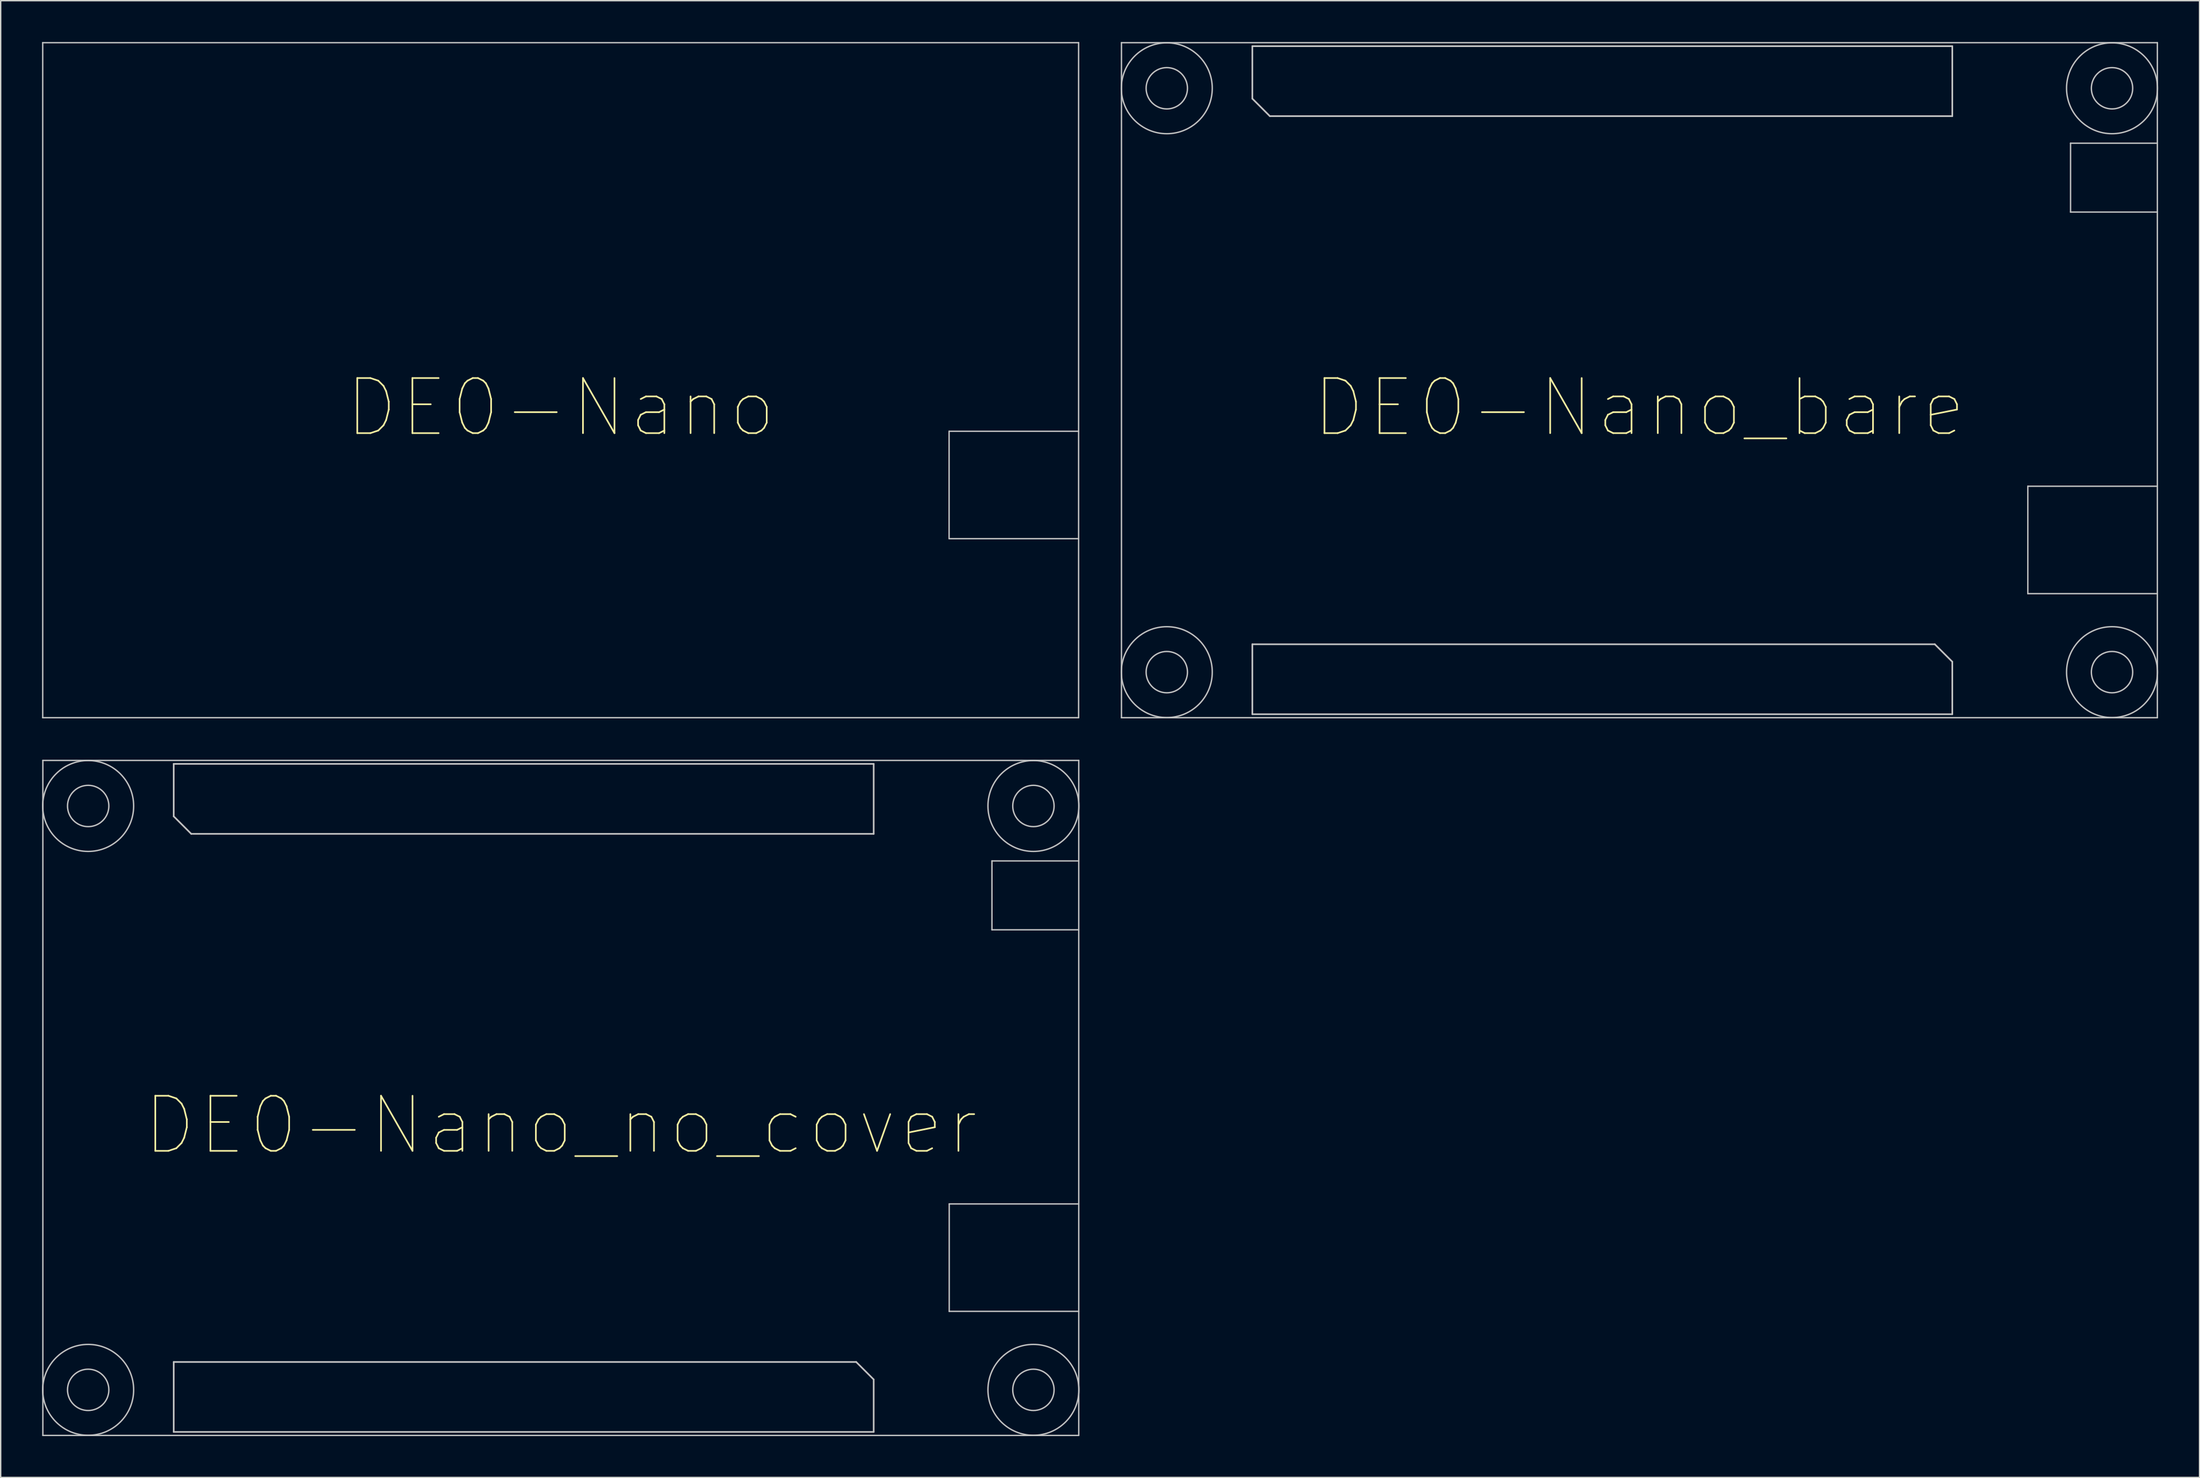
<source format=kicad_pcb>
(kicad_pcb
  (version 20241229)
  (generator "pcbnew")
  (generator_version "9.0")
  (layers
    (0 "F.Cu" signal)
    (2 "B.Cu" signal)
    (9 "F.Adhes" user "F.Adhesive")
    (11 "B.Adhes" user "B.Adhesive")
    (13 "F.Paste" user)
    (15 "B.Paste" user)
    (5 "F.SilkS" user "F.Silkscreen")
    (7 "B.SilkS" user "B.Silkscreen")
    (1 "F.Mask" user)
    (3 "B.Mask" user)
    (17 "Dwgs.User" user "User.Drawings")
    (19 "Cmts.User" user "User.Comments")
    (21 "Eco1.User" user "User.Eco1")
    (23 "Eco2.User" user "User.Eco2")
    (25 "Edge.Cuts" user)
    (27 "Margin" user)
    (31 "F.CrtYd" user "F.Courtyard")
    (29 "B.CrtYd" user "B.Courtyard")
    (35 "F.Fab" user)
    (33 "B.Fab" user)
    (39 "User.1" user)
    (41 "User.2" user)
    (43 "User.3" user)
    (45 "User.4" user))
  (footprint "DE0-Nano"
    (layer "F.Cu")
    (at 37.64 24.56)
    (property "Reference" "DE0-Nano" (at 0 2 0) (layer "F.SilkS") (effects (font (size 4 4) (thickness 0.12))))
    (attr exclude_from_pos_files exclude_from_bom)
    (fp_line (start -37.59 -24.51) (end -37.59 24.51) (stroke (width 0.1) (type solid)) (layer "Dwgs.User"))
    (fp_line (start -37.59 -24.51) (end 37.59 -24.51) (stroke (width 0.1) (type solid)) (layer "Dwgs.User"))
    (fp_line (start -37.59 24.51) (end 37.59 24.51) (stroke (width 0.1) (type solid)) (layer "Dwgs.User"))
    (fp_line (start 28.19 3.71) (end 37.59 3.71) (stroke (width 0.1) (type solid)) (layer "Dwgs.User"))
    (fp_line (start 28.19 11.51) (end 28.19 3.71) (stroke (width 0.1) (type solid)) (layer "Dwgs.User"))
    (fp_line (start 37.59 -24.51) (end 37.59 24.51) (stroke (width 0.1) (type solid)) (layer "Dwgs.User"))
    (fp_line (start 37.59 11.51) (end 28.19 11.51) (stroke (width 0.1) (type solid)) (layer "Dwgs.User")))
  (footprint "DE0-Nano_no_cover"
    (layer "F.Cu")
    (at 37.65 76.68)
    (property "Reference" "DE0-Nano_no_cover" (at 0 2 0) (layer "F.SilkS") (effects (font (size 4 4) (thickness 0.12))))
    (attr exclude_from_pos_files exclude_from_bom)
    (fp_line (start -37.59 -24.51) (end -37.59 24.51) (stroke (width 0.1) (type solid)) (layer "Dwgs.User"))
    (fp_line (start -37.59 -24.51) (end 37.59 -24.51) (stroke (width 0.1) (type solid)) (layer "Dwgs.User"))
    (fp_line (start -37.59 24.51) (end 37.59 24.51) (stroke (width 0.1) (type solid)) (layer "Dwgs.User"))
    (fp_line (start -28.092 -24.257) (end -28.092 -20.447) (stroke (width 0.12) (type solid)) (layer "Dwgs.User"))
    (fp_line (start -28.092 -20.447) (end -26.822 -19.177) (stroke (width 0.12) (type solid)) (layer "Dwgs.User"))
    (fp_line (start -28.092 19.177) (end 21.438 19.177) (stroke (width 0.12) (type solid)) (layer "Dwgs.User"))
    (fp_line (start -28.092 24.257) (end -28.092 19.177) (stroke (width 0.12) (type solid)) (layer "Dwgs.User"))
    (fp_line (start -28.092 24.257) (end 22.708 24.257) (stroke (width 0.12) (type solid)) (layer "Dwgs.User"))
    (fp_line (start -26.822 -19.177) (end 22.708 -19.177) (stroke (width 0.12) (type solid)) (layer "Dwgs.User"))
    (fp_line (start 21.438 19.177) (end 22.708 20.447) (stroke (width 0.12) (type solid)) (layer "Dwgs.User"))
    (fp_line (start 22.708 -24.257) (end -28.092 -24.257) (stroke (width 0.12) (type solid)) (layer "Dwgs.User"))
    (fp_line (start 22.708 -19.177) (end 22.708 -24.257) (stroke (width 0.12) (type solid)) (layer "Dwgs.User"))
    (fp_line (start 22.708 24.257) (end 22.708 20.447) (stroke (width 0.12) (type solid)) (layer "Dwgs.User"))
    (fp_line (start 28.19 7.7) (end 37.59 7.7) (stroke (width 0.1) (type solid)) (layer "Dwgs.User"))
    (fp_line (start 28.19 15.5) (end 28.19 7.7) (stroke (width 0.1) (type solid)) (layer "Dwgs.User"))
    (fp_line (start 31.29 -17.21) (end 31.29 -12.21) (stroke (width 0.1) (type solid)) (layer "Dwgs.User"))
    (fp_line (start 31.29 -17.21) (end 37.59 -17.21) (stroke (width 0.1) (type solid)) (layer "Dwgs.User"))
    (fp_line (start 31.29 -12.21) (end 37.59 -12.21) (stroke (width 0.1) (type solid)) (layer "Dwgs.User"))
    (fp_line (start 37.59 -24.51) (end 37.59 24.51) (stroke (width 0.1) (type solid)) (layer "Dwgs.User"))
    (fp_line (start 37.59 15.5) (end 28.19 15.5) (stroke (width 0.1) (type solid)) (layer "Dwgs.User"))
    (fp_circle (center -34.3 -21.2) (end -32.8 -21.2) (stroke (width 0.1) (type solid)) (fill no) (layer "Dwgs.User"))
    (fp_circle (center -34.3 -21.2) (end -31 -21.2) (stroke (width 0.1) (type solid)) (fill no) (layer "Dwgs.User"))
    (fp_circle (center -34.3 21.2) (end -32.8 21.2) (stroke (width 0.1) (type solid)) (fill no) (layer "Dwgs.User"))
    (fp_circle (center -34.3 21.2) (end -31 21.2) (stroke (width 0.1) (type solid)) (fill no) (layer "Dwgs.User"))
    (fp_circle (center 34.3 -21.2) (end 35.8 -21.2) (stroke (width 0.1) (type solid)) (fill no) (layer "Dwgs.User"))
    (fp_circle (center 34.3 -21.2) (end 37.6 -21.2) (stroke (width 0.1) (type solid)) (fill no) (layer "Dwgs.User"))
    (fp_circle (center 34.3 21.2) (end 35.8 21.2) (stroke (width 0.1) (type solid)) (fill no) (layer "Dwgs.User"))
    (fp_circle (center 34.3 21.2) (end 37.6 21.2) (stroke (width 0.1) (type solid)) (fill no) (layer "Dwgs.User")))
  (footprint "DE0-Nano_bare"
    (layer "F.Cu")
    (at 115.93 24.56)
    (property "Reference" "DE0-Nano_bare" (at 0 2 0) (layer "F.SilkS") (effects (font (size 4 4) (thickness 0.12))))
    (attr exclude_from_pos_files exclude_from_bom)
    (fp_line (start -37.59 -24.51) (end -37.59 24.51) (stroke (width 0.1) (type solid)) (layer "Dwgs.User"))
    (fp_line (start -37.59 -24.51) (end 37.59 -24.51) (stroke (width 0.1) (type solid)) (layer "Dwgs.User"))
    (fp_line (start -37.59 24.51) (end 37.59 24.51) (stroke (width 0.1) (type solid)) (layer "Dwgs.User"))
    (fp_line (start -28.092 -24.257) (end -28.092 -20.447) (stroke (width 0.12) (type solid)) (layer "Dwgs.User"))
    (fp_line (start -28.092 -20.447) (end -26.822 -19.177) (stroke (width 0.12) (type solid)) (layer "Dwgs.User"))
    (fp_line (start -28.092 19.177) (end 21.438 19.177) (stroke (width 0.12) (type solid)) (layer "Dwgs.User"))
    (fp_line (start -28.092 24.257) (end -28.092 19.177) (stroke (width 0.12) (type solid)) (layer "Dwgs.User"))
    (fp_line (start -28.092 24.257) (end 22.708 24.257) (stroke (width 0.12) (type solid)) (layer "Dwgs.User"))
    (fp_line (start -26.822 -19.177) (end 22.708 -19.177) (stroke (width 0.12) (type solid)) (layer "Dwgs.User"))
    (fp_line (start 21.438 19.177) (end 22.708 20.447) (stroke (width 0.12) (type solid)) (layer "Dwgs.User"))
    (fp_line (start 22.708 -24.257) (end -28.092 -24.257) (stroke (width 0.12) (type solid)) (layer "Dwgs.User"))
    (fp_line (start 22.708 -19.177) (end 22.708 -24.257) (stroke (width 0.12) (type solid)) (layer "Dwgs.User"))
    (fp_line (start 22.708 24.257) (end 22.708 20.447) (stroke (width 0.12) (type solid)) (layer "Dwgs.User"))
    (fp_line (start 28.19 7.7) (end 37.59 7.7) (stroke (width 0.1) (type solid)) (layer "Dwgs.User"))
    (fp_line (start 28.19 15.5) (end 28.19 7.7) (stroke (width 0.1) (type solid)) (layer "Dwgs.User"))
    (fp_line (start 31.29 -17.21) (end 31.29 -12.21) (stroke (width 0.1) (type solid)) (layer "Dwgs.User"))
    (fp_line (start 31.29 -17.21) (end 37.59 -17.21) (stroke (width 0.1) (type solid)) (layer "Dwgs.User"))
    (fp_line (start 31.29 -12.21) (end 37.59 -12.21) (stroke (width 0.1) (type solid)) (layer "Dwgs.User"))
    (fp_line (start 37.59 -24.51) (end 37.59 24.51) (stroke (width 0.1) (type solid)) (layer "Dwgs.User"))
    (fp_line (start 37.59 15.5) (end 28.19 15.5) (stroke (width 0.1) (type solid)) (layer "Dwgs.User"))
    (fp_circle (center -34.3 -21.2) (end -32.8 -21.2) (stroke (width 0.1) (type solid)) (fill no) (layer "Dwgs.User"))
    (fp_circle (center -34.3 -21.2) (end -31 -21.2) (stroke (width 0.1) (type solid)) (fill no) (layer "Dwgs.User"))
    (fp_circle (center -34.3 21.2) (end -32.8 21.2) (stroke (width 0.1) (type solid)) (fill no) (layer "Dwgs.User"))
    (fp_circle (center -34.3 21.2) (end -31 21.2) (stroke (width 0.1) (type solid)) (fill no) (layer "Dwgs.User"))
    (fp_circle (center 34.3 -21.2) (end 35.8 -21.2) (stroke (width 0.1) (type solid)) (fill no) (layer "Dwgs.User"))
    (fp_circle (center 34.3 -21.2) (end 37.6 -21.2) (stroke (width 0.1) (type solid)) (fill no) (layer "Dwgs.User"))
    (fp_circle (center 34.3 21.2) (end 35.8 21.2) (stroke (width 0.1) (type solid)) (fill no) (layer "Dwgs.User"))
    (fp_circle (center 34.3 21.2) (end 37.6 21.2) (stroke (width 0.1) (type solid)) (fill no) (layer "Dwgs.User")))
  (gr_rect
    (start -3 -3)
    (end 156.58 104.24)
    (stroke (width 0.1) (type default))
    (fill no)
    (layer "Edge.Cuts")))
</source>
